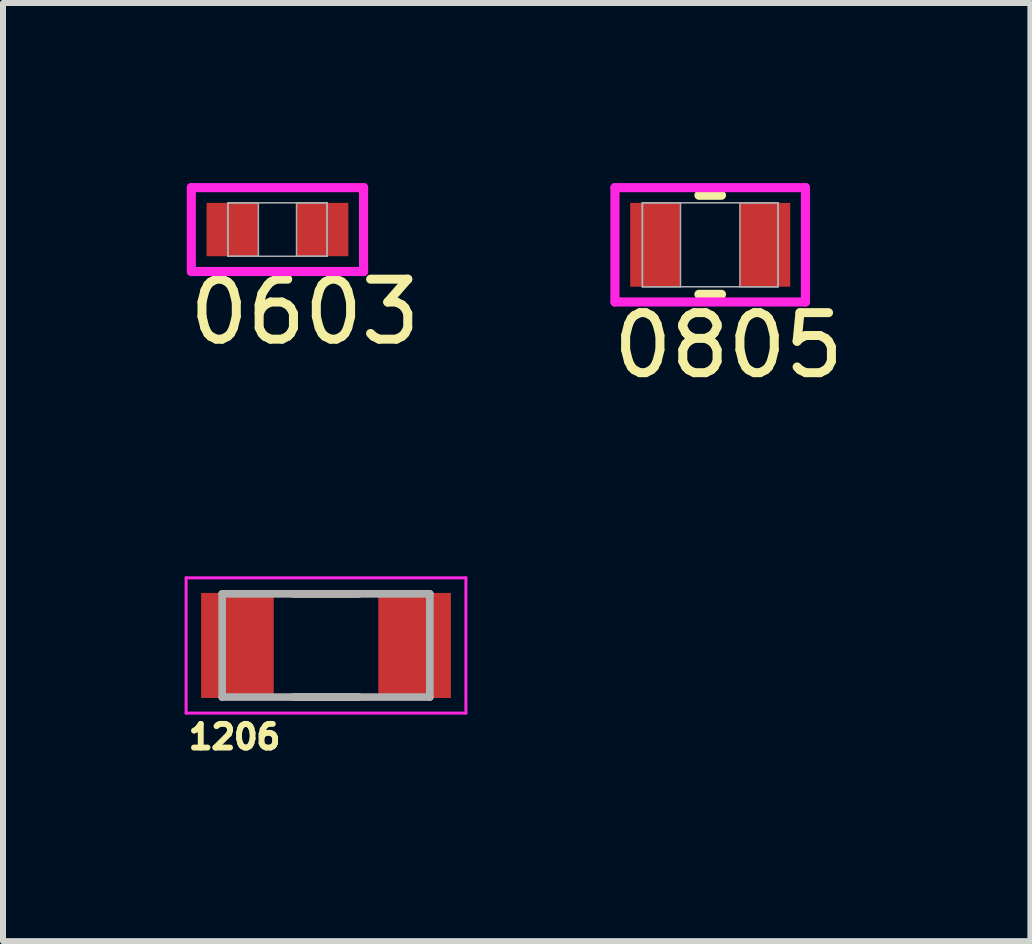
<source format=kicad_pcb>
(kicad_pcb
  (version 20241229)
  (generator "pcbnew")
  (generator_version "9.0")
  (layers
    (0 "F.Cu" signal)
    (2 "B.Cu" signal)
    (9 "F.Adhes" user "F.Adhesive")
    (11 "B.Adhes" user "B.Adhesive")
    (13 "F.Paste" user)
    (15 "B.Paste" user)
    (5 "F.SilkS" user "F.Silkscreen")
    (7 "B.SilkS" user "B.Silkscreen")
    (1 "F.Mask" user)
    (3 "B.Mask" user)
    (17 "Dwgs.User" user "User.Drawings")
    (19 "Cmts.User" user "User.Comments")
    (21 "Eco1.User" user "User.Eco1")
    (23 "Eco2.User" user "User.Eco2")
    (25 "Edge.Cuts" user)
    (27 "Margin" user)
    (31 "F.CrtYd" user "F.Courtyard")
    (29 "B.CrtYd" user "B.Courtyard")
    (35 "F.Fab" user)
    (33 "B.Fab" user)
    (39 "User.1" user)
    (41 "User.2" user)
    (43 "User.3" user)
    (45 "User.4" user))
  (footprint "0805"
    (layer "F.Cu")
    (at 8.784 1.029)
    (property "Reference" "0805" (at 0.305 1.676 0) (unlocked yes) (layer "F.SilkS") (effects (font (size 1 1) (thickness 0.15))))
    (attr smd)
    (fp_line (start -0.188 0.826) (end 0.188 0.826) (stroke (width 0.152) (type solid)) (layer "F.SilkS"))
    (fp_line (start 0.188 -0.826) (end -0.188 -0.826) (stroke (width 0.152) (type solid)) (layer "F.SilkS"))
    (fp_line (start -1.587 -0.953) (end 1.587 -0.953) (stroke (width 0.152) (type solid)) (layer "F.CrtYd"))
    (fp_line (start -1.587 0.953) (end -1.587 -0.953) (stroke (width 0.152) (type solid)) (layer "F.CrtYd"))
    (fp_line (start 1.587 -0.953) (end 1.587 0.953) (stroke (width 0.152) (type solid)) (layer "F.CrtYd"))
    (fp_line (start 1.587 0.953) (end -1.587 0.953) (stroke (width 0.152) (type solid)) (layer "F.CrtYd"))
    (fp_line (start -1.13 -0.699) (end -1.13 0.699) (stroke (width 0.025) (type solid)) (layer "F.Fab"))
    (fp_line (start -1.13 -0.699) (end -1.13 0.699) (stroke (width 0.025) (type solid)) (layer "F.Fab"))
    (fp_line (start -1.13 0.699) (end -0.495 0.699) (stroke (width 0.025) (type solid)) (layer "F.Fab"))
    (fp_line (start -1.13 0.699) (end 1.13 0.699) (stroke (width 0.025) (type solid)) (layer "F.Fab"))
    (fp_line (start -0.495 -0.699) (end -1.13 -0.699) (stroke (width 0.025) (type solid)) (layer "F.Fab"))
    (fp_line (start -0.495 0.699) (end -0.495 -0.699) (stroke (width 0.025) (type solid)) (layer "F.Fab"))
    (fp_line (start 0.495 -0.699) (end 0.495 0.699) (stroke (width 0.025) (type solid)) (layer "F.Fab"))
    (fp_line (start 0.495 0.699) (end 1.13 0.699) (stroke (width 0.025) (type solid)) (layer "F.Fab"))
    (fp_line (start 1.13 -0.699) (end -1.13 -0.699) (stroke (width 0.025) (type solid)) (layer "F.Fab"))
    (fp_line (start 1.13 -0.699) (end 0.495 -0.699) (stroke (width 0.025) (type solid)) (layer "F.Fab"))
    (fp_line (start 1.13 0.699) (end 1.13 -0.699) (stroke (width 0.025) (type solid)) (layer "F.Fab"))
    (fp_line (start 1.13 0.699) (end 1.13 -0.699) (stroke (width 0.025) (type solid)) (layer "F.Fab"))
    (pad "1" smd rect (at -0.914 0) (size 0.838 1.397) (layers "F.Cu" "F.Mask" "F.Paste"))
    (pad "2" smd rect (at 0.914 0) (size 0.838 1.397) (layers "F.Cu" "F.Mask" "F.Paste")))
  (footprint "1206"
    (layer "F.Cu")
    (at 2.382 7.705)
    (property "Reference" "1206" (at -1.524 1.524 0) (layer "F.SilkS") (effects (font (size 0.394 0.394) (thickness 0.15))))
    (attr smd)
    (fp_line (start -0.55 -0.86) (end 0.55 -0.86) (stroke (width 0.127) (type solid)) (layer "F.SilkS"))
    (fp_line (start -0.55 0.86) (end 0.55 0.86) (stroke (width 0.127) (type solid)) (layer "F.SilkS"))
    (fp_line (start -2.331 -1.127) (end 2.331 -1.127) (stroke (width 0.05) (type solid)) (layer "F.CrtYd"))
    (fp_line (start -2.331 1.127) (end -2.331 -1.127) (stroke (width 0.05) (type solid)) (layer "F.CrtYd"))
    (fp_line (start -2.331 1.127) (end 2.331 1.127) (stroke (width 0.05) (type solid)) (layer "F.CrtYd"))
    (fp_line (start 2.331 1.127) (end 2.331 -1.127) (stroke (width 0.05) (type solid)) (layer "F.CrtYd"))
    (fp_line (start -1.73 0.86) (end -1.73 -0.86) (stroke (width 0.127) (type solid)) (layer "F.Fab"))
    (fp_line (start 1.73 -0.86) (end -1.73 -0.86) (stroke (width 0.127) (type solid)) (layer "F.Fab"))
    (fp_line (start 1.73 0.86) (end -1.73 0.86) (stroke (width 0.127) (type solid)) (layer "F.Fab"))
    (fp_line (start 1.73 0.86) (end 1.73 -0.86) (stroke (width 0.127) (type solid)) (layer "F.Fab"))
    (pad "1" smd rect (at -1.476 0) (size 1.21 1.75) (layers "F.Cu" "F.Mask" "F.Paste"))
    (pad "2" smd rect (at 1.476 0) (size 1.21 1.75) (layers "F.Cu" "F.Mask" "F.Paste")))
  (footprint "0603"
    (layer "F.Cu")
    (at 1.573 0.775)
    (property "Reference" "0603" (at 0.457 1.372 0) (unlocked yes) (layer "F.SilkS") (effects (font (size 1 1) (thickness 0.15))))
    (attr smd)
    (fp_line (start -1.435 -0.699) (end 1.435 -0.699) (stroke (width 0.152) (type solid)) (layer "F.CrtYd"))
    (fp_line (start -1.435 0.699) (end -1.435 -0.699) (stroke (width 0.152) (type solid)) (layer "F.CrtYd"))
    (fp_line (start 1.435 -0.699) (end 1.435 0.699) (stroke (width 0.152) (type solid)) (layer "F.CrtYd"))
    (fp_line (start 1.435 0.699) (end -1.435 0.699) (stroke (width 0.152) (type solid)) (layer "F.CrtYd"))
    (fp_line (start -0.826 -0.445) (end -0.826 0.445) (stroke (width 0.025) (type solid)) (layer "F.Fab"))
    (fp_line (start -0.826 -0.445) (end -0.826 0.445) (stroke (width 0.025) (type solid)) (layer "F.Fab"))
    (fp_line (start -0.826 0.445) (end -0.318 0.445) (stroke (width 0.025) (type solid)) (layer "F.Fab"))
    (fp_line (start -0.826 0.445) (end 0.826 0.445) (stroke (width 0.025) (type solid)) (layer "F.Fab"))
    (fp_line (start -0.318 -0.445) (end -0.826 -0.445) (stroke (width 0.025) (type solid)) (layer "F.Fab"))
    (fp_line (start -0.318 0.445) (end -0.318 -0.445) (stroke (width 0.025) (type solid)) (layer "F.Fab"))
    (fp_line (start 0.318 -0.445) (end 0.318 0.445) (stroke (width 0.025) (type solid)) (layer "F.Fab"))
    (fp_line (start 0.318 0.445) (end 0.826 0.445) (stroke (width 0.025) (type solid)) (layer "F.Fab"))
    (fp_line (start 0.826 -0.445) (end -0.826 -0.445) (stroke (width 0.025) (type solid)) (layer "F.Fab"))
    (fp_line (start 0.826 -0.445) (end 0.318 -0.445) (stroke (width 0.025) (type solid)) (layer "F.Fab"))
    (fp_line (start 0.826 0.445) (end 0.826 -0.445) (stroke (width 0.025) (type solid)) (layer "F.Fab"))
    (fp_line (start 0.826 0.445) (end 0.826 -0.445) (stroke (width 0.025) (type solid)) (layer "F.Fab"))
    (pad "1" smd rect (at -0.749 0) (size 0.864 0.889) (layers "F.Cu" "F.Mask" "F.Paste"))
    (pad "2" smd rect (at 0.749 0) (size 0.864 0.889) (layers "F.Cu" "F.Mask" "F.Paste"))
    (zone (net_name "") (layer "F.Cu") (hatch full 0.508) (connect_pads) (min_thickness 0.254) (filled_areas_thickness no) (keepout (tracks not_allowed) (vias not_allowed) (pads allowed) (copperpour not_allowed) (footprints allowed)) (placement (enabled no)) (fill) (polygon (pts (xy 1.306 0.381) (xy 1.839 0.381) (xy 1.839 1.168) (xy 1.306 1.168)))))
  (gr_rect
    (start -3 -3)
    (end 14.119 12.632)
    (stroke (width 0.1) (type default))
    (fill no)
    (layer "Edge.Cuts")))
</source>
